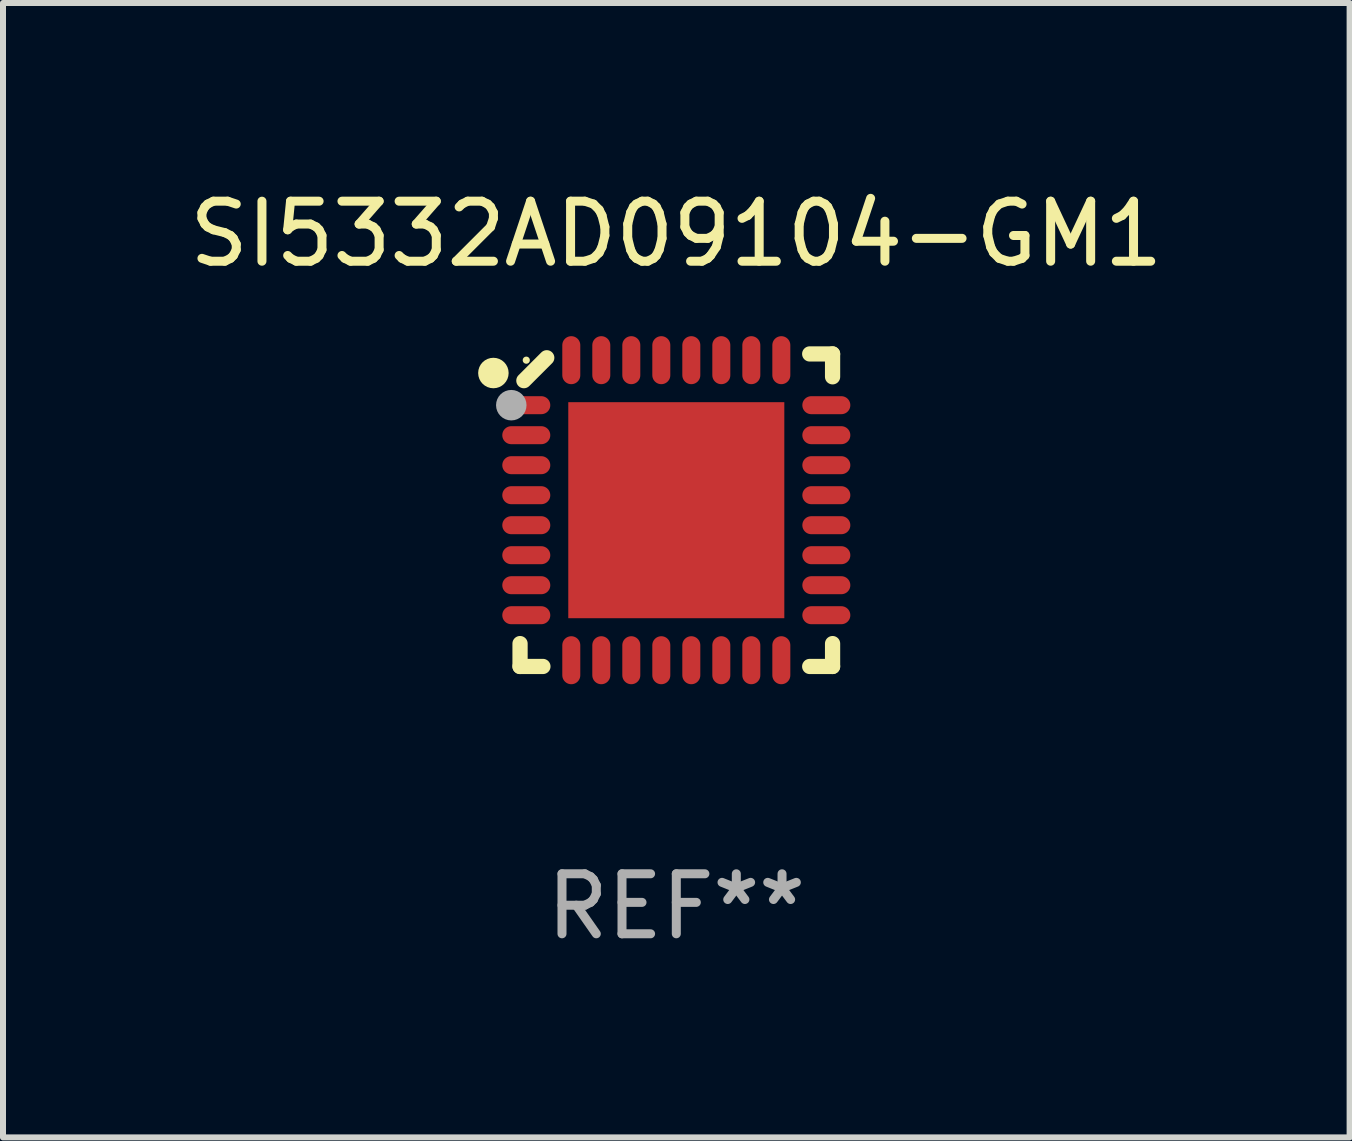
<source format=kicad_pcb>
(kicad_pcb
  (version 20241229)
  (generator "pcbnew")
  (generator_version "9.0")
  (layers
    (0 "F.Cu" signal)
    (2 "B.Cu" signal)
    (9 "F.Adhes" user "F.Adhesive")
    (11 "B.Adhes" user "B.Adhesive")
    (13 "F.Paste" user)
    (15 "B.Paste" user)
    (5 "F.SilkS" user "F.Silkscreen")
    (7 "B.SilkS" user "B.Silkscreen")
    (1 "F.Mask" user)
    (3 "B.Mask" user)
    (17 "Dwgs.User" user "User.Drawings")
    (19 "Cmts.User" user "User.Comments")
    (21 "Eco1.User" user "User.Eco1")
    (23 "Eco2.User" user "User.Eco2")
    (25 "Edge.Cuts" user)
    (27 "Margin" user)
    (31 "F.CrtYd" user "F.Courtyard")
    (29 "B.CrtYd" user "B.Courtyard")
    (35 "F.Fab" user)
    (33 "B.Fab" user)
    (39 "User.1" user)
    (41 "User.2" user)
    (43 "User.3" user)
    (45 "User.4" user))
  (footprint "SI5332AD09104-GM1"
    (layer "F.Cu")
    (at 8.22 5.452)
    (property "Reference" "SI5332AD09104-GM1" (at 0 -4.604 0) (layer "F.SilkS") (effects (font (size 1 1) (thickness 0.15))))
    (attr through_hole)
    (fp_line (start -2.604 2.223) (end -2.604 2.604) (stroke (width 0.254) (type solid)) (layer "F.SilkS"))
    (fp_line (start -2.604 2.604) (end -2.223 2.604) (stroke (width 0.254) (type solid)) (layer "F.SilkS"))
    (fp_line (start -2.159 -2.54) (end -2.54 -2.159) (stroke (width 0.254) (type solid)) (layer "F.SilkS"))
    (fp_line (start 2.223 2.604) (end 2.604 2.604) (stroke (width 0.254) (type solid)) (layer "F.SilkS"))
    (fp_line (start 2.604 -2.604) (end 2.223 -2.604) (stroke (width 0.254) (type solid)) (layer "F.SilkS"))
    (fp_line (start 2.604 -2.223) (end 2.604 -2.604) (stroke (width 0.254) (type solid)) (layer "F.SilkS"))
    (fp_line (start 2.604 2.604) (end 2.604 2.223) (stroke (width 0.254) (type solid)) (layer "F.SilkS"))
    (fp_circle (center -3.048 -2.286) (end -2.921 -2.286) (stroke (width 0.254) (type solid)) (fill no) (layer "F.SilkS"))
    (fp_circle (center -2.5 -2.5) (end -2.47 -2.5) (stroke (width 0.06) (type solid)) (fill no) (layer "F.SilkS"))
    (fp_circle (center -2.75 -1.75) (end -2.623 -1.75) (stroke (width 0.254) (type solid)) (fill no) (layer "F.Fab"))
    (fp_text user "REF**" (at 0 6.604 0) (layer "F.Fab") (effects (font (size 1 1) (thickness 0.15))))
    (pad "1" smd oval (at -2.5 -1.75) (size 0.8 0.3) (layers "F.Cu" "F.Mask" "F.Paste"))
    (pad "2" smd oval (at -2.5 -1.25) (size 0.8 0.3) (layers "F.Cu" "F.Mask" "F.Paste"))
    (pad "3" smd oval (at -2.5 -0.75) (size 0.8 0.3) (layers "F.Cu" "F.Mask" "F.Paste"))
    (pad "4" smd oval (at -2.5 -0.25) (size 0.8 0.3) (layers "F.Cu" "F.Mask" "F.Paste"))
    (pad "5" smd oval (at -2.5 0.25) (size 0.8 0.3) (layers "F.Cu" "F.Mask" "F.Paste"))
    (pad "6" smd oval (at -2.5 0.75) (size 0.8 0.3) (layers "F.Cu" "F.Mask" "F.Paste"))
    (pad "7" smd oval (at -2.5 1.25) (size 0.8 0.3) (layers "F.Cu" "F.Mask" "F.Paste"))
    (pad "8" smd oval (at -2.5 1.75) (size 0.8 0.3) (layers "F.Cu" "F.Mask" "F.Paste"))
    (pad "9" smd oval (at -1.75 2.5) (size 0.3 0.8) (layers "F.Cu" "F.Mask" "F.Paste"))
    (pad "10" smd oval (at -1.25 2.5) (size 0.3 0.8) (layers "F.Cu" "F.Mask" "F.Paste"))
    (pad "11" smd oval (at -0.75 2.5) (size 0.3 0.8) (layers "F.Cu" "F.Mask" "F.Paste"))
    (pad "12" smd oval (at -0.25 2.5) (size 0.3 0.8) (layers "F.Cu" "F.Mask" "F.Paste"))
    (pad "13" smd oval (at 0.25 2.5) (size 0.3 0.8) (layers "F.Cu" "F.Mask" "F.Paste"))
    (pad "14" smd oval (at 0.75 2.5) (size 0.3 0.8) (layers "F.Cu" "F.Mask" "F.Paste"))
    (pad "15" smd oval (at 1.25 2.5) (size 0.3 0.8) (layers "F.Cu" "F.Mask" "F.Paste"))
    (pad "16" smd oval (at 1.75 2.5) (size 0.3 0.8) (layers "F.Cu" "F.Mask" "F.Paste"))
    (pad "17" smd oval (at 2.5 1.75) (size 0.8 0.3) (layers "F.Cu" "F.Mask" "F.Paste"))
    (pad "18" smd oval (at 2.5 1.25) (size 0.8 0.3) (layers "F.Cu" "F.Mask" "F.Paste"))
    (pad "19" smd oval (at 2.5 0.75) (size 0.8 0.3) (layers "F.Cu" "F.Mask" "F.Paste"))
    (pad "20" smd oval (at 2.5 0.25) (size 0.8 0.3) (layers "F.Cu" "F.Mask" "F.Paste"))
    (pad "21" smd oval (at 2.5 -0.25) (size 0.8 0.3) (layers "F.Cu" "F.Mask" "F.Paste"))
    (pad "22" smd oval (at 2.5 -0.75) (size 0.8 0.3) (layers "F.Cu" "F.Mask" "F.Paste"))
    (pad "23" smd oval (at 2.5 -1.25) (size 0.8 0.3) (layers "F.Cu" "F.Mask" "F.Paste"))
    (pad "24" smd oval (at 2.5 -1.75) (size 0.8 0.3) (layers "F.Cu" "F.Mask" "F.Paste"))
    (pad "25" smd oval (at 1.75 -2.5) (size 0.3 0.8) (layers "F.Cu" "F.Mask" "F.Paste"))
    (pad "26" smd oval (at 1.25 -2.5) (size 0.3 0.8) (layers "F.Cu" "F.Mask" "F.Paste"))
    (pad "27" smd oval (at 0.75 -2.5) (size 0.3 0.8) (layers "F.Cu" "F.Mask" "F.Paste"))
    (pad "28" smd oval (at 0.25 -2.5) (size 0.3 0.8) (layers "F.Cu" "F.Mask" "F.Paste"))
    (pad "29" smd oval (at -0.25 -2.5) (size 0.3 0.8) (layers "F.Cu" "F.Mask" "F.Paste"))
    (pad "30" smd oval (at -0.75 -2.5) (size 0.3 0.8) (layers "F.Cu" "F.Mask" "F.Paste"))
    (pad "31" smd oval (at -1.25 -2.5) (size 0.3 0.8) (layers "F.Cu" "F.Mask" "F.Paste"))
    (pad "32" smd oval (at -1.75 -2.5) (size 0.3 0.8) (layers "F.Cu" "F.Mask" "F.Paste"))
    (pad "33" smd rect (at -0.000076 0) (size 3.6 3.6) (layers "F.Cu" "F.Mask" "F.Paste")))
  (gr_rect
    (start -3 -3)
    (end 19.44 15.904)
    (stroke (width 0.1) (type default))
    (fill no)
    (layer "Edge.Cuts")))
</source>
